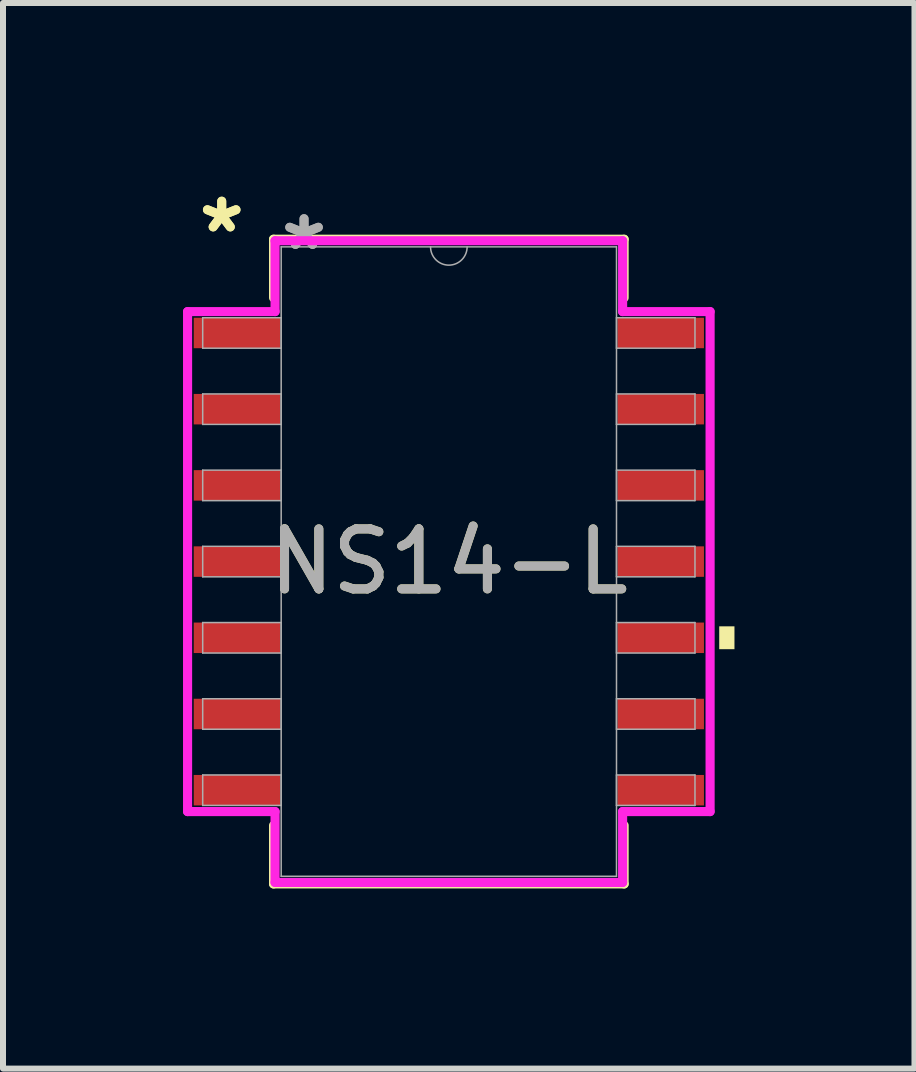
<source format=kicad_pcb>
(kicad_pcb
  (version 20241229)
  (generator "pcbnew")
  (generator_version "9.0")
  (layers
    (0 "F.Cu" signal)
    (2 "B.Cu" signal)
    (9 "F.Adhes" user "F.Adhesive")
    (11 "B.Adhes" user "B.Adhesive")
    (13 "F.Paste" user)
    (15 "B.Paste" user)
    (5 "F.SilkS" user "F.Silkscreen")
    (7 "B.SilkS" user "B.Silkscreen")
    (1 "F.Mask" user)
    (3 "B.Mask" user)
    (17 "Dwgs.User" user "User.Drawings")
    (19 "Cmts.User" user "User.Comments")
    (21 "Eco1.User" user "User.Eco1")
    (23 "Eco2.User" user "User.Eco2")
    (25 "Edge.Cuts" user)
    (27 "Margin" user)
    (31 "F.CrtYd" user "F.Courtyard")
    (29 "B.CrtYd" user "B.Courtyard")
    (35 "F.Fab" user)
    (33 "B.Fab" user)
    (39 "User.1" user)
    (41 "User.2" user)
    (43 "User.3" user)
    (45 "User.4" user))
  (footprint "NS14-L"
    (layer "F.Cu")
    (at 4.43 6.309)
    (property "Reference" "NS14-L" (at 0 0 0) (unlocked yes) (layer "F.SilkS") (effects (font (size 1 1) (thickness 0.15))))
    (attr smd)
    (fp_line (start -2.921 -5.372) (end -2.921 -4.397) (stroke (width 0.152) (type solid)) (layer "F.SilkS"))
    (fp_line (start -2.921 4.397) (end -2.921 5.372) (stroke (width 0.152) (type solid)) (layer "F.SilkS"))
    (fp_line (start -2.921 5.372) (end 2.921 5.372) (stroke (width 0.152) (type solid)) (layer "F.SilkS"))
    (fp_line (start 2.921 -5.372) (end -2.921 -5.372) (stroke (width 0.152) (type solid)) (layer "F.SilkS"))
    (fp_line (start 2.921 -4.397) (end 2.921 -5.372) (stroke (width 0.152) (type solid)) (layer "F.SilkS"))
    (fp_line (start 2.921 5.372) (end 2.921 4.397) (stroke (width 0.152) (type solid)) (layer "F.SilkS"))
    (fp_poly (pts (xy 4.76 1.079) (xy 4.76 1.46) (xy 4.506 1.46) (xy 4.506 1.079)) (stroke (width 0) (type solid)) (fill yes) (layer "F.SilkS"))
    (fp_line (start -4.354 -4.166) (end -2.896 -4.166) (stroke (width 0.152) (type solid)) (layer "F.CrtYd"))
    (fp_line (start -4.354 4.166) (end -4.354 -4.166) (stroke (width 0.152) (type solid)) (layer "F.CrtYd"))
    (fp_line (start -4.354 4.166) (end -2.896 4.166) (stroke (width 0.152) (type solid)) (layer "F.CrtYd"))
    (fp_line (start -2.896 -5.347) (end 2.896 -5.347) (stroke (width 0.152) (type solid)) (layer "F.CrtYd"))
    (fp_line (start -2.896 -4.166) (end -2.896 -5.347) (stroke (width 0.152) (type solid)) (layer "F.CrtYd"))
    (fp_line (start -2.896 5.347) (end -2.896 4.166) (stroke (width 0.152) (type solid)) (layer "F.CrtYd"))
    (fp_line (start 2.896 -5.347) (end 2.896 -4.166) (stroke (width 0.152) (type solid)) (layer "F.CrtYd"))
    (fp_line (start 2.896 4.166) (end 2.896 5.347) (stroke (width 0.152) (type solid)) (layer "F.CrtYd"))
    (fp_line (start 2.896 5.347) (end -2.896 5.347) (stroke (width 0.152) (type solid)) (layer "F.CrtYd"))
    (fp_line (start 4.354 -4.166) (end 2.896 -4.166) (stroke (width 0.152) (type solid)) (layer "F.CrtYd"))
    (fp_line (start 4.354 -4.166) (end 4.354 4.166) (stroke (width 0.152) (type solid)) (layer "F.CrtYd"))
    (fp_line (start 4.354 4.166) (end 2.896 4.166) (stroke (width 0.152) (type solid)) (layer "F.CrtYd"))
    (fp_line (start -4.102 -4.064) (end -4.102 -3.556) (stroke (width 0.025) (type solid)) (layer "F.Fab"))
    (fp_line (start -4.102 -3.556) (end -2.794 -3.556) (stroke (width 0.025) (type solid)) (layer "F.Fab"))
    (fp_line (start -4.102 -2.794) (end -4.102 -2.286) (stroke (width 0.025) (type solid)) (layer "F.Fab"))
    (fp_line (start -4.102 -2.286) (end -2.794 -2.286) (stroke (width 0.025) (type solid)) (layer "F.Fab"))
    (fp_line (start -4.102 -1.524) (end -4.102 -1.016) (stroke (width 0.025) (type solid)) (layer "F.Fab"))
    (fp_line (start -4.102 -1.016) (end -2.794 -1.016) (stroke (width 0.025) (type solid)) (layer "F.Fab"))
    (fp_line (start -4.102 -0.254) (end -4.102 0.254) (stroke (width 0.025) (type solid)) (layer "F.Fab"))
    (fp_line (start -4.102 0.254) (end -2.794 0.254) (stroke (width 0.025) (type solid)) (layer "F.Fab"))
    (fp_line (start -4.102 1.016) (end -4.102 1.524) (stroke (width 0.025) (type solid)) (layer "F.Fab"))
    (fp_line (start -4.102 1.524) (end -2.794 1.524) (stroke (width 0.025) (type solid)) (layer "F.Fab"))
    (fp_line (start -4.102 2.286) (end -4.102 2.794) (stroke (width 0.025) (type solid)) (layer "F.Fab"))
    (fp_line (start -4.102 2.794) (end -2.794 2.794) (stroke (width 0.025) (type solid)) (layer "F.Fab"))
    (fp_line (start -4.102 3.556) (end -4.102 4.064) (stroke (width 0.025) (type solid)) (layer "F.Fab"))
    (fp_line (start -4.102 4.064) (end -2.794 4.064) (stroke (width 0.025) (type solid)) (layer "F.Fab"))
    (fp_line (start -2.794 -5.245) (end -2.794 5.245) (stroke (width 0.025) (type solid)) (layer "F.Fab"))
    (fp_line (start -2.794 -4.064) (end -4.102 -4.064) (stroke (width 0.025) (type solid)) (layer "F.Fab"))
    (fp_line (start -2.794 -3.556) (end -2.794 -4.064) (stroke (width 0.025) (type solid)) (layer "F.Fab"))
    (fp_line (start -2.794 -2.794) (end -4.102 -2.794) (stroke (width 0.025) (type solid)) (layer "F.Fab"))
    (fp_line (start -2.794 -2.286) (end -2.794 -2.794) (stroke (width 0.025) (type solid)) (layer "F.Fab"))
    (fp_line (start -2.794 -1.524) (end -4.102 -1.524) (stroke (width 0.025) (type solid)) (layer "F.Fab"))
    (fp_line (start -2.794 -1.016) (end -2.794 -1.524) (stroke (width 0.025) (type solid)) (layer "F.Fab"))
    (fp_line (start -2.794 -0.254) (end -4.102 -0.254) (stroke (width 0.025) (type solid)) (layer "F.Fab"))
    (fp_line (start -2.794 0.254) (end -2.794 -0.254) (stroke (width 0.025) (type solid)) (layer "F.Fab"))
    (fp_line (start -2.794 1.016) (end -4.102 1.016) (stroke (width 0.025) (type solid)) (layer "F.Fab"))
    (fp_line (start -2.794 1.524) (end -2.794 1.016) (stroke (width 0.025) (type solid)) (layer "F.Fab"))
    (fp_line (start -2.794 2.286) (end -4.102 2.286) (stroke (width 0.025) (type solid)) (layer "F.Fab"))
    (fp_line (start -2.794 2.794) (end -2.794 2.286) (stroke (width 0.025) (type solid)) (layer "F.Fab"))
    (fp_line (start -2.794 3.556) (end -4.102 3.556) (stroke (width 0.025) (type solid)) (layer "F.Fab"))
    (fp_line (start -2.794 4.064) (end -2.794 3.556) (stroke (width 0.025) (type solid)) (layer "F.Fab"))
    (fp_line (start -2.794 5.245) (end 2.794 5.245) (stroke (width 0.025) (type solid)) (layer "F.Fab"))
    (fp_line (start 2.794 -5.245) (end -2.794 -5.245) (stroke (width 0.025) (type solid)) (layer "F.Fab"))
    (fp_line (start 2.794 -4.064) (end 2.794 -3.556) (stroke (width 0.025) (type solid)) (layer "F.Fab"))
    (fp_line (start 2.794 -3.556) (end 4.102 -3.556) (stroke (width 0.025) (type solid)) (layer "F.Fab"))
    (fp_line (start 2.794 -2.794) (end 2.794 -2.286) (stroke (width 0.025) (type solid)) (layer "F.Fab"))
    (fp_line (start 2.794 -2.286) (end 4.102 -2.286) (stroke (width 0.025) (type solid)) (layer "F.Fab"))
    (fp_line (start 2.794 -1.524) (end 2.794 -1.016) (stroke (width 0.025) (type solid)) (layer "F.Fab"))
    (fp_line (start 2.794 -1.016) (end 4.102 -1.016) (stroke (width 0.025) (type solid)) (layer "F.Fab"))
    (fp_line (start 2.794 -0.254) (end 2.794 0.254) (stroke (width 0.025) (type solid)) (layer "F.Fab"))
    (fp_line (start 2.794 0.254) (end 4.102 0.254) (stroke (width 0.025) (type solid)) (layer "F.Fab"))
    (fp_line (start 2.794 1.016) (end 2.794 1.524) (stroke (width 0.025) (type solid)) (layer "F.Fab"))
    (fp_line (start 2.794 1.524) (end 4.102 1.524) (stroke (width 0.025) (type solid)) (layer "F.Fab"))
    (fp_line (start 2.794 2.286) (end 2.794 2.794) (stroke (width 0.025) (type solid)) (layer "F.Fab"))
    (fp_line (start 2.794 2.794) (end 4.102 2.794) (stroke (width 0.025) (type solid)) (layer "F.Fab"))
    (fp_line (start 2.794 3.556) (end 2.794 4.064) (stroke (width 0.025) (type solid)) (layer "F.Fab"))
    (fp_line (start 2.794 4.064) (end 4.102 4.064) (stroke (width 0.025) (type solid)) (layer "F.Fab"))
    (fp_line (start 2.794 5.245) (end 2.794 -5.245) (stroke (width 0.025) (type solid)) (layer "F.Fab"))
    (fp_line (start 4.102 -4.064) (end 2.794 -4.064) (stroke (width 0.025) (type solid)) (layer "F.Fab"))
    (fp_line (start 4.102 -3.556) (end 4.102 -4.064) (stroke (width 0.025) (type solid)) (layer "F.Fab"))
    (fp_line (start 4.102 -2.794) (end 2.794 -2.794) (stroke (width 0.025) (type solid)) (layer "F.Fab"))
    (fp_line (start 4.102 -2.286) (end 4.102 -2.794) (stroke (width 0.025) (type solid)) (layer "F.Fab"))
    (fp_line (start 4.102 -1.524) (end 2.794 -1.524) (stroke (width 0.025) (type solid)) (layer "F.Fab"))
    (fp_line (start 4.102 -1.016) (end 4.102 -1.524) (stroke (width 0.025) (type solid)) (layer "F.Fab"))
    (fp_line (start 4.102 -0.254) (end 2.794 -0.254) (stroke (width 0.025) (type solid)) (layer "F.Fab"))
    (fp_line (start 4.102 0.254) (end 4.102 -0.254) (stroke (width 0.025) (type solid)) (layer "F.Fab"))
    (fp_line (start 4.102 1.016) (end 2.794 1.016) (stroke (width 0.025) (type solid)) (layer "F.Fab"))
    (fp_line (start 4.102 1.524) (end 4.102 1.016) (stroke (width 0.025) (type solid)) (layer "F.Fab"))
    (fp_line (start 4.102 2.286) (end 2.794 2.286) (stroke (width 0.025) (type solid)) (layer "F.Fab"))
    (fp_line (start 4.102 2.794) (end 4.102 2.286) (stroke (width 0.025) (type solid)) (layer "F.Fab"))
    (fp_line (start 4.102 3.556) (end 2.794 3.556) (stroke (width 0.025) (type solid)) (layer "F.Fab"))
    (fp_line (start 4.102 4.064) (end 4.102 3.556) (stroke (width 0.025) (type solid)) (layer "F.Fab"))
    (fp_arc (start 0.3048 -5.2451) (mid 0 -4.9403) (end -0.3048 -5.2451) (stroke (width 0.0254) (type solid)) (layer "F.Fab"))
    (fp_text user "*" (at -3.785 -5.461 0) (layer "F.SilkS") (effects (font (size 1 1) (thickness 0.15))))
    (fp_text user "*" (at -3.785 -5.461 0) (unlocked yes) (layer "F.SilkS") (effects (font (size 1 1) (thickness 0.15))))
    (fp_text user "${REFERENCE}" (at 0 0 0) (unlocked yes) (layer "F.Fab") (effects (font (size 1 1) (thickness 0.15))))
    (fp_text user "*" (at -2.413 -5.169 0) (layer "F.Fab") (effects (font (size 1 1) (thickness 0.15))))
    (fp_text user "*" (at -2.413 -5.169 0) (unlocked yes) (layer "F.Fab") (effects (font (size 1 1) (thickness 0.15))))
    (pad "1" smd rect (at -3.531 -3.81) (size 1.441 0.508) (layers "F.Cu" "F.Mask" "F.Paste"))
    (pad "2" smd rect (at -3.531 -2.54) (size 1.441 0.508) (layers "F.Cu" "F.Mask" "F.Paste"))
    (pad "3" smd rect (at -3.531 -1.27) (size 1.441 0.508) (layers "F.Cu" "F.Mask" "F.Paste"))
    (pad "4" smd rect (at -3.531 0) (size 1.441 0.508) (layers "F.Cu" "F.Mask" "F.Paste"))
    (pad "5" smd rect (at -3.531 1.27) (size 1.441 0.508) (layers "F.Cu" "F.Mask" "F.Paste"))
    (pad "6" smd rect (at -3.531 2.54) (size 1.441 0.508) (layers "F.Cu" "F.Mask" "F.Paste"))
    (pad "7" smd rect (at -3.531 3.81) (size 1.441 0.508) (layers "F.Cu" "F.Mask" "F.Paste"))
    (pad "8" smd rect (at 3.531 3.81) (size 1.441 0.508) (layers "F.Cu" "F.Mask" "F.Paste"))
    (pad "9" smd rect (at 3.531 2.54) (size 1.441 0.508) (layers "F.Cu" "F.Mask" "F.Paste"))
    (pad "10" smd rect (at 3.531 1.27) (size 1.441 0.508) (layers "F.Cu" "F.Mask" "F.Paste"))
    (pad "11" smd rect (at 3.531 0) (size 1.441 0.508) (layers "F.Cu" "F.Mask" "F.Paste"))
    (pad "12" smd rect (at 3.531 -1.27) (size 1.441 0.508) (layers "F.Cu" "F.Mask" "F.Paste"))
    (pad "13" smd rect (at 3.531 -2.54) (size 1.441 0.508) (layers "F.Cu" "F.Mask" "F.Paste"))
    (pad "14" smd rect (at 3.531 -3.81) (size 1.441 0.508) (layers "F.Cu" "F.Mask" "F.Paste")))
  (gr_rect
    (start -3 -3)
    (end 12.19 14.758)
    (stroke (width 0.1) (type default))
    (fill no)
    (layer "Edge.Cuts")))
</source>
